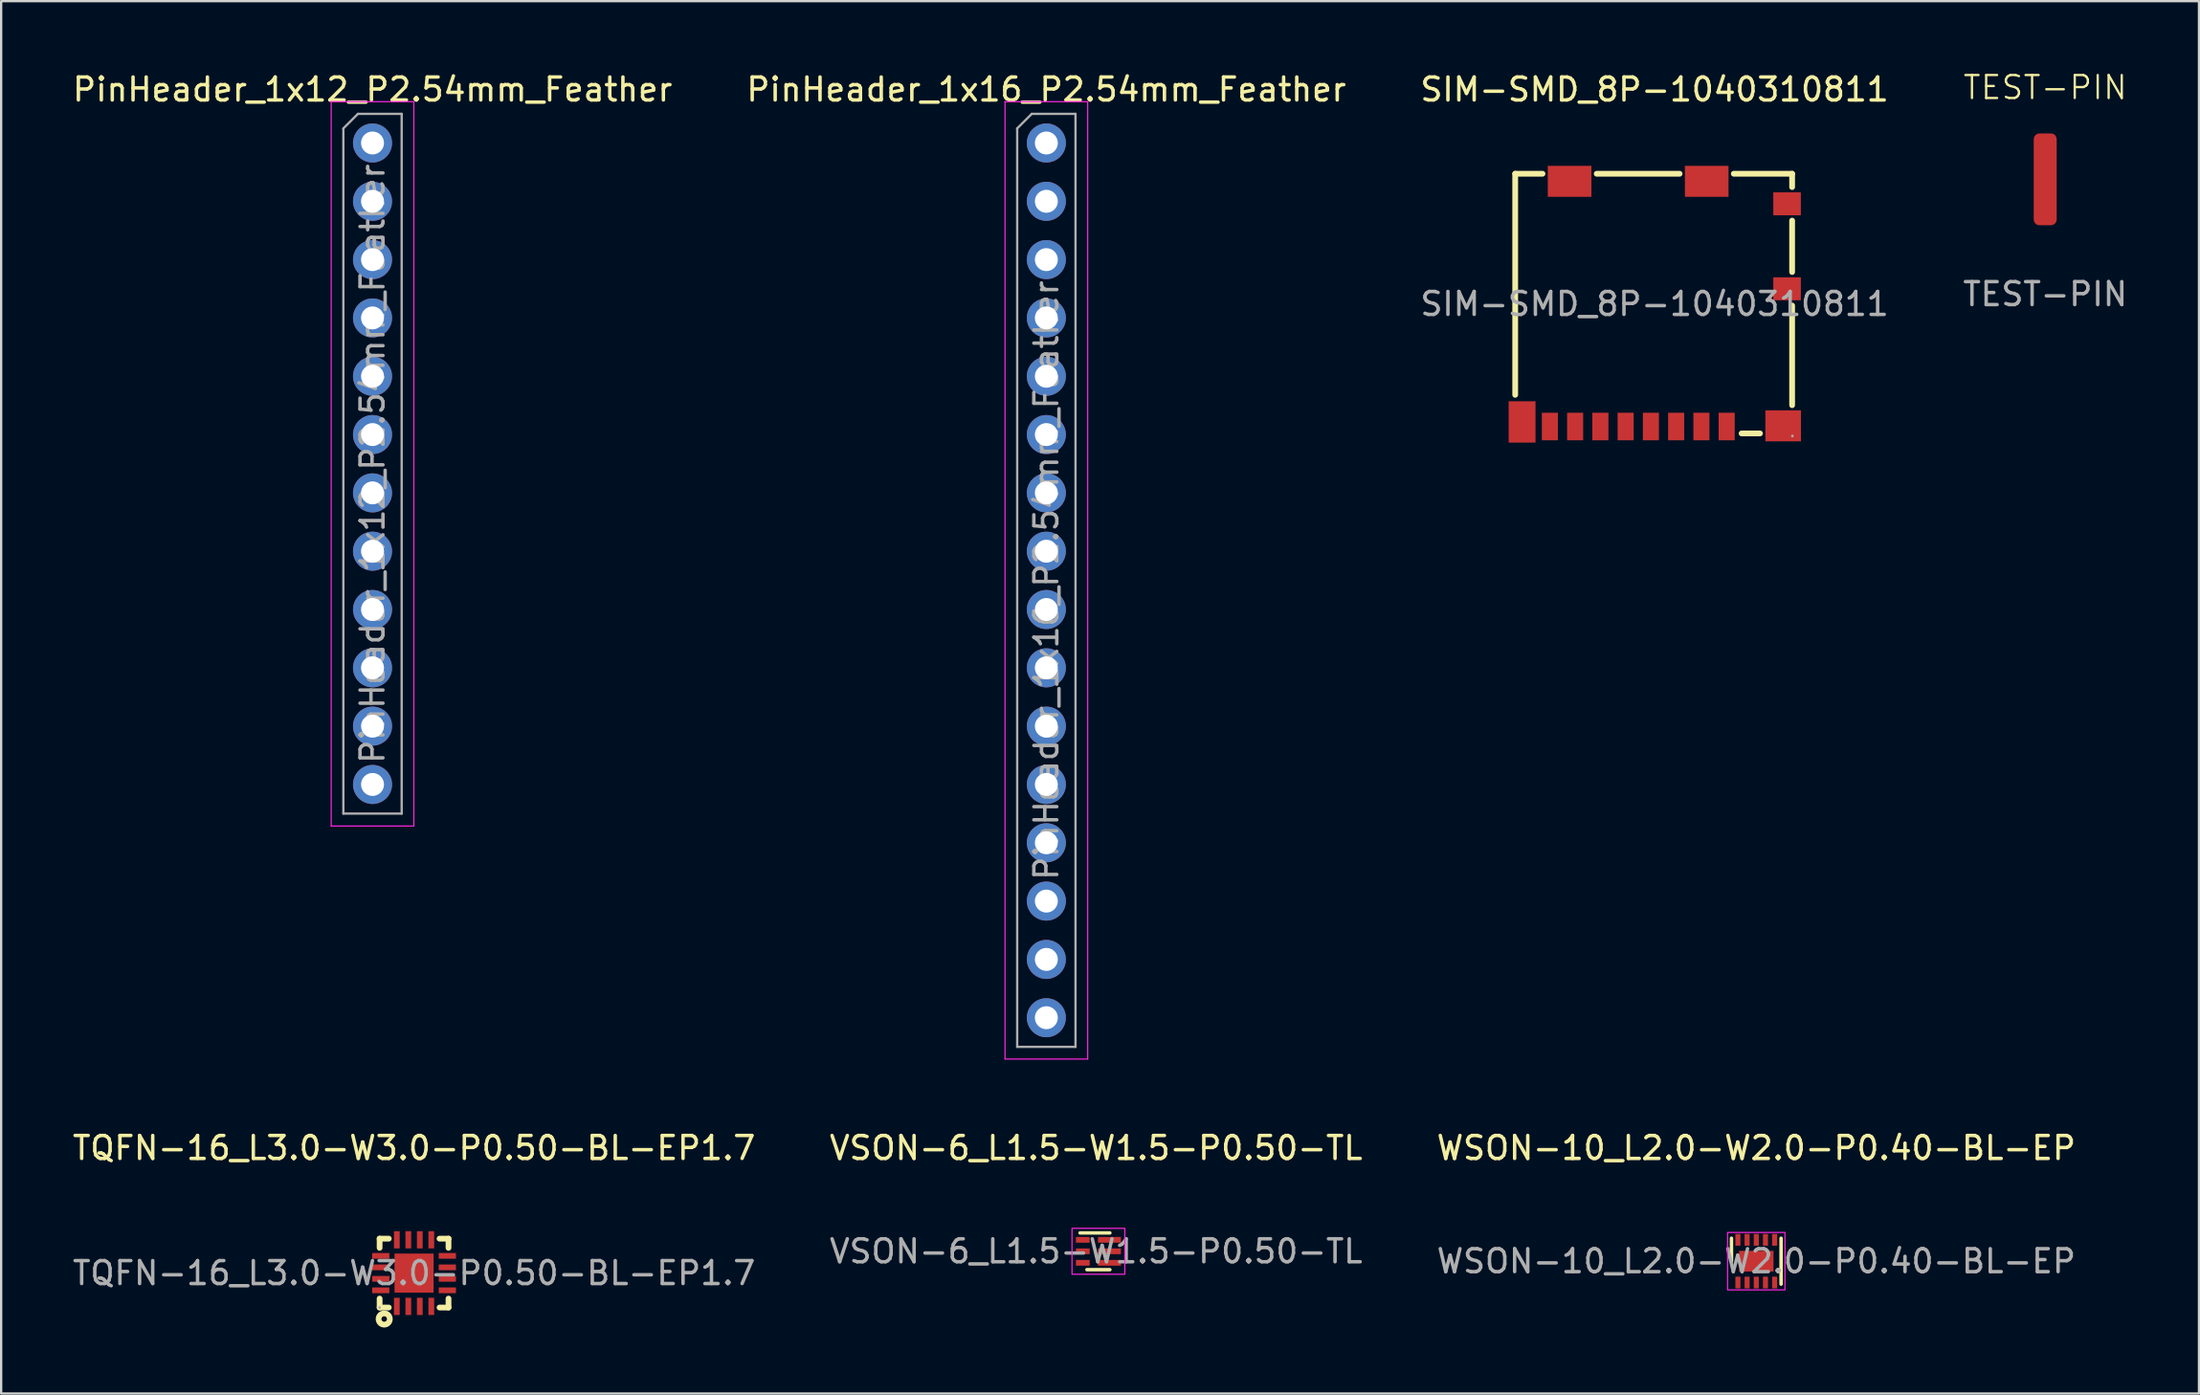
<source format=kicad_pcb>
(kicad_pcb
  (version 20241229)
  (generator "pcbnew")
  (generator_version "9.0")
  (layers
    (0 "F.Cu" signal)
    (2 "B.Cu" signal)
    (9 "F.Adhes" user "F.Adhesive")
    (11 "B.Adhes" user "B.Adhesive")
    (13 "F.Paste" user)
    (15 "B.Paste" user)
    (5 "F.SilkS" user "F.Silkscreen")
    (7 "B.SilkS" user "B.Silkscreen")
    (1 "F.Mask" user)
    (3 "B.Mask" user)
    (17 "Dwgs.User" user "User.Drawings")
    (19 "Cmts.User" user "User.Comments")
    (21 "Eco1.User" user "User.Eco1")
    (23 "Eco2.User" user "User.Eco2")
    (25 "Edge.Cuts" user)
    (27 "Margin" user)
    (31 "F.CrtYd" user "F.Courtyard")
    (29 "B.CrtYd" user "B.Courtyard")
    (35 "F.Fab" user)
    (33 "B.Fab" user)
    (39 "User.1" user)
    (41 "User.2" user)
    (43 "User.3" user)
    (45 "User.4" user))
  (footprint "SIM-SMD_8P-1040310811"
    (layer "F.Cu")
    (at 69.006 10.188)
    (property "Reference" "SIM-SMD_8P-1040310811" (at 0 -9.34 0) (layer "F.SilkS") (effects (font (size 1 1) (thickness 0.15))))
    (attr smd)
    (fp_line (start -6.07 -5.67) (end -4.88 -5.67) (stroke (width 0.25) (type solid)) (layer "F.SilkS"))
    (fp_line (start -6.07 3.96) (end -6.07 -5.67) (stroke (width 0.25) (type solid)) (layer "F.SilkS"))
    (fp_line (start -2.52 -5.67) (end 1.09 -5.67) (stroke (width 0.25) (type solid)) (layer "F.SilkS"))
    (fp_line (start 3.45 -5.67) (end 5.99 -5.67) (stroke (width 0.25) (type solid)) (layer "F.SilkS"))
    (fp_line (start 3.79 5.64) (end 4.59 5.64) (stroke (width 0.25) (type solid)) (layer "F.SilkS"))
    (fp_line (start 5.99 -5.67) (end 5.99 -5.09) (stroke (width 0.25) (type solid)) (layer "F.SilkS"))
    (fp_line (start 5.99 -3.63) (end 5.99 -1.39) (stroke (width 0.25) (type solid)) (layer "F.SilkS"))
    (fp_line (start 5.99 0.07) (end 5.99 4.41) (stroke (width 0.25) (type solid)) (layer "F.SilkS"))
    (fp_circle (center 6 5.75) (end 6.03 5.75) (stroke (width 0.06) (type solid)) (fill no) (layer "F.Fab"))
    (fp_text user "${REFERENCE}" (at 0 0 0) (layer "F.Fab") (effects (font (size 1 1) (thickness 0.15))))
    (pad "1" smd rect (at 3.14 5.34) (size 0.7 1.2) (layers "F.Cu" "F.Mask" "F.Paste"))
    (pad "2" smd rect (at 2.04 5.34) (size 0.7 1.2) (layers "F.Cu" "F.Mask" "F.Paste"))
    (pad "3" smd rect (at 0.94 5.34) (size 0.7 1.2) (layers "F.Cu" "F.Mask" "F.Paste"))
    (pad "4" smd rect (at -0.16 5.34) (size 0.7 1.2) (layers "F.Cu" "F.Mask" "F.Paste"))
    (pad "5" smd rect (at -1.26 5.34) (size 0.7 1.2) (layers "F.Cu" "F.Mask" "F.Paste"))
    (pad "6" smd rect (at -2.36 5.34) (size 0.7 1.2) (layers "F.Cu" "F.Mask" "F.Paste"))
    (pad "7" smd rect (at -3.46 5.34) (size 0.7 1.2) (layers "F.Cu" "F.Mask" "F.Paste"))
    (pad "8" smd rect (at -4.56 5.34) (size 0.7 1.2) (layers "F.Cu" "F.Mask" "F.Paste"))
    (pad "9" smd rect (at -5.77 5.14) (size 1.17 1.8) (layers "F.Cu" "F.Mask" "F.Paste"))
    (pad "10" smd rect (at 5.6 5.31) (size 1.55 1.35) (layers "F.Cu" "F.Mask" "F.Paste"))
    (pad "11" smd rect (at 5.77 -0.66) (size 1.2 1) (layers "F.Cu" "F.Mask" "F.Paste"))
    (pad "12" smd rect (at 5.77 -4.36) (size 1.2 1) (layers "F.Cu" "F.Mask" "F.Paste"))
    (pad "13" smd rect (at 2.27 -5.34) (size 1.9 1.35) (layers "F.Cu" "F.Mask" "F.Paste"))
    (pad "14" smd rect (at -3.7 -5.34) (size 1.9 1.35) (layers "F.Cu" "F.Mask" "F.Paste")))
  (footprint "VSON-6_L1.5-W1.5-P0.50-TL"
    (layer "F.Cu")
    (at 44.685 51.452)
    (property "Reference" "VSON-6_L1.5-W1.5-P0.50-TL" (at 0 -4.5 0) (layer "F.SilkS") (effects (font (size 1 1) (thickness 0.15))))
    (attr smd)
    (fp_line (start -0.7 -0.8) (end 0.6 -0.8) (stroke (width 0.15) (type solid)) (layer "F.SilkS"))
    (fp_line (start -0.4 0.8) (end 0.6 0.8) (stroke (width 0.15) (type solid)) (layer "F.SilkS"))
    (fp_rect (start -1.05 -1) (end 1.25 1) (stroke (width 0.05) (type default)) (fill no) (layer "F.CrtYd"))
    (fp_text user "${REFERENCE}" (at 0 0 0) (layer "F.Fab") (effects (font (size 1 1) (thickness 0.15))))
    (pad "1" smd rect (at -0.58 -0.5 90) (size 0.25 0.6) (layers "F.Cu" "F.Mask" "F.Paste"))
    (pad "2" smd rect (at -0.58 0 90) (size 0.25 0.6) (layers "F.Cu" "F.Mask" "F.Paste"))
    (pad "3" smd rect (at -0.58 0.5 90) (size 0.25 0.6) (layers "F.Cu" "F.Mask" "F.Paste"))
    (pad "4" smd rect (at 0.58 0.5 90) (size 0.25 1) (layers "F.Cu" "F.Mask" "F.Paste"))
    (pad "5" smd rect (at 0.58 0 90) (size 0.25 1) (layers "F.Cu" "F.Mask" "F.Paste"))
    (pad "6" smd rect (at 0.58 -0.5 90) (size 0.25 1) (layers "F.Cu" "F.Mask" "F.Paste")))
  (footprint "WSON-10_L2.0-W2.0-P0.40-BL-EP"
    (layer "F.Cu")
    (at 73.435 51.882)
    (property "Reference" "WSON-10_L2.0-W2.0-P0.40-BL-EP" (at 0 -4.93 0) (layer "F.SilkS") (effects (font (size 1 1) (thickness 0.15))))
    (attr smd)
    (fp_line (start -1.08 0) (end -1.08 -1) (stroke (width 0.15) (type solid)) (layer "F.SilkS"))
    (fp_line (start 1.08 -1) (end 1.08 1) (stroke (width 0.15) (type solid)) (layer "F.SilkS"))
    (fp_rect (start -1.25 -1.25) (end 1.25 1.25) (stroke (width 0.05) (type default)) (fill no) (layer "F.CrtYd"))
    (fp_text user "${REFERENCE}" (at 0 0 0) (layer "F.Fab") (effects (font (size 1 1) (thickness 0.15))))
    (pad "1" smd rect (at -0.8 0.93) (size 0.22 0.51) (layers "F.Cu" "F.Mask" "F.Paste"))
    (pad "2" smd rect (at -0.4 0.93) (size 0.22 0.51) (layers "F.Cu" "F.Mask" "F.Paste"))
    (pad "3" smd rect (at 0 0.93) (size 0.22 0.51) (layers "F.Cu" "F.Mask" "F.Paste"))
    (pad "4" smd rect (at 0.4 0.93) (size 0.22 0.51) (layers "F.Cu" "F.Mask" "F.Paste"))
    (pad "5" smd rect (at 0.8 0.93) (size 0.22 0.51) (layers "F.Cu" "F.Mask" "F.Paste"))
    (pad "6" smd rect (at 0.8 -0.93) (size 0.22 0.51) (layers "F.Cu" "F.Mask" "F.Paste"))
    (pad "7" smd rect (at 0.4 -0.93) (size 0.22 0.51) (layers "F.Cu" "F.Mask" "F.Paste"))
    (pad "8" smd rect (at 0 -0.93) (size 0.22 0.51) (layers "F.Cu" "F.Mask" "F.Paste"))
    (pad "9" smd rect (at -0.4 -0.93) (size 0.22 0.51) (layers "F.Cu" "F.Mask" "F.Paste"))
    (pad "10" smd rect (at -0.8 -0.93) (size 0.22 0.51) (layers "F.Cu" "F.Mask" "F.Paste"))
    (pad "11" smd rect (at 0 0) (size 1.5 0.9) (layers "F.Cu" "F.Mask" "F.Paste")))
  (footprint "PinHeader_1x12_P2.54mm_Feather"
    (layer "F.Cu")
    (at 13.173 3.178)
    (property "Reference" "PinHeader_1x12_P2.54mm_Feather" (at 0 -2.33 0) (layer "F.SilkS") (effects (font (size 1 1) (thickness 0.15))))
    (attr through_hole)
    (fp_line (start -1.8 -1.8) (end -1.8 29.75) (stroke (width 0.05) (type solid)) (layer "F.CrtYd"))
    (fp_line (start -1.8 29.75) (end 1.8 29.75) (stroke (width 0.05) (type solid)) (layer "F.CrtYd"))
    (fp_line (start 1.8 -1.8) (end -1.8 -1.8) (stroke (width 0.05) (type solid)) (layer "F.CrtYd"))
    (fp_line (start 1.8 29.75) (end 1.8 -1.8) (stroke (width 0.05) (type solid)) (layer "F.CrtYd"))
    (fp_line (start -1.27 -0.635) (end -0.635 -1.27) (stroke (width 0.1) (type solid)) (layer "F.Fab"))
    (fp_line (start -1.27 29.21) (end -1.27 -0.635) (stroke (width 0.1) (type solid)) (layer "F.Fab"))
    (fp_line (start -0.635 -1.27) (end 1.27 -1.27) (stroke (width 0.1) (type solid)) (layer "F.Fab"))
    (fp_line (start 1.27 -1.27) (end 1.27 29.21) (stroke (width 0.1) (type solid)) (layer "F.Fab"))
    (fp_line (start 1.27 29.21) (end -1.27 29.21) (stroke (width 0.1) (type solid)) (layer "F.Fab"))
    (fp_text user "${REFERENCE}" (at 0 13.97 90) (layer "F.Fab") (effects (font (size 1 1) (thickness 0.15))))
    (pad "1" thru_hole oval (at 0 0) (size 1.7 1.7) (drill 1) (layers "*.Cu" "*.Mask"))
    (pad "2" thru_hole oval (at 0 2.54) (size 1.7 1.7) (drill 1) (layers "*.Cu" "*.Mask"))
    (pad "3" thru_hole oval (at 0 5.08) (size 1.7 1.7) (drill 1) (layers "*.Cu" "*.Mask"))
    (pad "4" thru_hole oval (at 0 7.62) (size 1.7 1.7) (drill 1) (layers "*.Cu" "*.Mask"))
    (pad "5" thru_hole oval (at 0 10.16) (size 1.7 1.7) (drill 1) (layers "*.Cu" "*.Mask"))
    (pad "6" thru_hole oval (at 0 12.7) (size 1.7 1.7) (drill 1) (layers "*.Cu" "*.Mask"))
    (pad "7" thru_hole oval (at 0 15.24) (size 1.7 1.7) (drill 1) (layers "*.Cu" "*.Mask"))
    (pad "8" thru_hole oval (at 0 17.78) (size 1.7 1.7) (drill 1) (layers "*.Cu" "*.Mask"))
    (pad "9" thru_hole oval (at 0 20.32) (size 1.7 1.7) (drill 1) (layers "*.Cu" "*.Mask"))
    (pad "10" thru_hole oval (at 0 22.86) (size 1.7 1.7) (drill 1) (layers "*.Cu" "*.Mask"))
    (pad "11" thru_hole oval (at 0 25.4) (size 1.7 1.7) (drill 1) (layers "*.Cu" "*.Mask"))
    (pad "12" thru_hole oval (at 0 27.94) (size 1.7 1.7) (drill 1) (layers "*.Cu" "*.Mask")))
  (footprint "TEST-PIN"
    (layer "F.Cu")
    (at 86.018 4.761)
    (property "Reference" "TEST-PIN" (at 0 -4 0) (unlocked yes) (layer "F.SilkS") (effects (font (size 1 1) (thickness 0.1))))
    (attr smd)
    (fp_text user "${REFERENCE}" (at 0 5 0) (unlocked yes) (layer "F.Fab") (effects (font (size 1 1) (thickness 0.15))))
    (pad "1" smd roundrect (at 0 0) (size 1 4) (layers "F.Cu" "F.Mask" "F.Paste") (roundrect_rratio 0.25)))
  (footprint "TQFN-16_L3.0-W3.0-P0.50-BL-EP1.7"
    (layer "F.Cu")
    (at 14.982 52.401)
    (property "Reference" "TQFN-16_L3.0-W3.0-P0.50-BL-EP1.7" (at 0 -5.45 0) (layer "F.SilkS") (effects (font (size 1 1) (thickness 0.15))))
    (attr smd)
    (fp_line (start -1.5 -1.5) (end -1.5 -1.1) (stroke (width 0.25) (type solid)) (layer "F.SilkS"))
    (fp_line (start -1.5 -1.5) (end -1.1 -1.5) (stroke (width 0.25) (type solid)) (layer "F.SilkS"))
    (fp_line (start -1.5 1.11) (end -1.5 1.5) (stroke (width 0.25) (type solid)) (layer "F.SilkS"))
    (fp_line (start -1.5 1.5) (end -1.1 1.5) (stroke (width 0.25) (type solid)) (layer "F.SilkS"))
    (fp_line (start 1.11 -1.5) (end 1.5 -1.5) (stroke (width 0.25) (type solid)) (layer "F.SilkS"))
    (fp_line (start 1.11 1.5) (end 1.5 1.5) (stroke (width 0.25) (type solid)) (layer "F.SilkS"))
    (fp_line (start 1.5 -1.1) (end 1.5 -1.5) (stroke (width 0.25) (type solid)) (layer "F.SilkS"))
    (fp_line (start 1.5 1.5) (end 1.5 1.11) (stroke (width 0.25) (type solid)) (layer "F.SilkS"))
    (fp_circle (center -1.3 2) (end -1.18 2) (stroke (width 0.25) (type solid)) (fill no) (layer "F.SilkS"))
    (fp_circle (center -1.5 1.5) (end -1.47 1.5) (stroke (width 0.06) (type solid)) (fill no) (layer "F.Fab"))
    (fp_text user "${REFERENCE}" (at 0 0 0) (layer "F.Fab") (effects (font (size 1 1) (thickness 0.15))))
    (pad "1" smd rect (at -0.75 1.45) (size 0.25 0.75) (layers "F.Cu" "F.Mask" "F.Paste"))
    (pad "2" smd rect (at -0.25 1.45) (size 0.25 0.75) (layers "F.Cu" "F.Mask" "F.Paste"))
    (pad "3" smd rect (at 0.25 1.45) (size 0.25 0.75) (layers "F.Cu" "F.Mask" "F.Paste"))
    (pad "4" smd rect (at 0.75 1.45) (size 0.25 0.75) (layers "F.Cu" "F.Mask" "F.Paste"))
    (pad "5" smd rect (at 1.45 0.75) (size 0.75 0.25) (layers "F.Cu" "F.Mask" "F.Paste"))
    (pad "6" smd rect (at 1.45 0.25) (size 0.75 0.25) (layers "F.Cu" "F.Mask" "F.Paste"))
    (pad "7" smd rect (at 1.45 -0.25) (size 0.75 0.25) (layers "F.Cu" "F.Mask" "F.Paste"))
    (pad "8" smd rect (at 1.45 -0.75) (size 0.75 0.25) (layers "F.Cu" "F.Mask" "F.Paste"))
    (pad "9" smd rect (at 0.75 -1.45) (size 0.25 0.75) (layers "F.Cu" "F.Mask" "F.Paste"))
    (pad "10" smd rect (at 0.25 -1.45) (size 0.25 0.75) (layers "F.Cu" "F.Mask" "F.Paste"))
    (pad "11" smd rect (at -0.25 -1.45) (size 0.25 0.75) (layers "F.Cu" "F.Mask" "F.Paste"))
    (pad "12" smd rect (at -0.75 -1.45) (size 0.25 0.75) (layers "F.Cu" "F.Mask" "F.Paste"))
    (pad "13" smd rect (at -1.45 -0.75) (size 0.75 0.25) (layers "F.Cu" "F.Mask" "F.Paste"))
    (pad "14" smd rect (at -1.45 -0.25) (size 0.75 0.25) (layers "F.Cu" "F.Mask" "F.Paste"))
    (pad "15" smd rect (at -1.45 0.25) (size 0.75 0.25) (layers "F.Cu" "F.Mask" "F.Paste"))
    (pad "16" smd rect (at -1.45 0.75) (size 0.75 0.25) (layers "F.Cu" "F.Mask" "F.Paste"))
    (pad "17" smd rect (at 0 0) (size 1.7 1.7) (layers "F.Cu" "F.Mask" "F.Paste")))
  (footprint "PinHeader_1x16_P2.54mm_Feather"
    (layer "F.Cu")
    (at 42.518 3.178)
    (property "Reference" "PinHeader_1x16_P2.54mm_Feather" (at 0 -2.33 0) (layer "F.SilkS") (effects (font (size 1 1) (thickness 0.15))))
    (attr through_hole)
    (fp_line (start -1.8 -1.8) (end -1.8 39.9) (stroke (width 0.05) (type solid)) (layer "F.CrtYd"))
    (fp_line (start -1.8 39.9) (end 1.8 39.9) (stroke (width 0.05) (type solid)) (layer "F.CrtYd"))
    (fp_line (start 1.8 -1.8) (end -1.8 -1.8) (stroke (width 0.05) (type solid)) (layer "F.CrtYd"))
    (fp_line (start 1.8 39.9) (end 1.8 -1.8) (stroke (width 0.05) (type solid)) (layer "F.CrtYd"))
    (fp_line (start -1.27 -0.635) (end -0.635 -1.27) (stroke (width 0.1) (type solid)) (layer "F.Fab"))
    (fp_line (start -1.27 39.37) (end -1.27 -0.635) (stroke (width 0.1) (type solid)) (layer "F.Fab"))
    (fp_line (start -0.635 -1.27) (end 1.27 -1.27) (stroke (width 0.1) (type solid)) (layer "F.Fab"))
    (fp_line (start 1.27 -1.27) (end 1.27 39.37) (stroke (width 0.1) (type solid)) (layer "F.Fab"))
    (fp_line (start 1.27 39.37) (end -1.27 39.37) (stroke (width 0.1) (type solid)) (layer "F.Fab"))
    (fp_text user "${REFERENCE}" (at 0 19.05 90) (layer "F.Fab") (effects (font (size 1 1) (thickness 0.15))))
    (pad "1" thru_hole oval (at 0 0) (size 1.7 1.7) (drill 1) (layers "*.Cu" "*.Mask"))
    (pad "2" thru_hole oval (at 0 2.54) (size 1.7 1.7) (drill 1) (layers "*.Cu" "*.Mask"))
    (pad "3" thru_hole oval (at 0 5.08) (size 1.7 1.7) (drill 1) (layers "*.Cu" "*.Mask"))
    (pad "4" thru_hole oval (at 0 7.62) (size 1.7 1.7) (drill 1) (layers "*.Cu" "*.Mask"))
    (pad "5" thru_hole oval (at 0 10.16) (size 1.7 1.7) (drill 1) (layers "*.Cu" "*.Mask"))
    (pad "6" thru_hole oval (at 0 12.7) (size 1.7 1.7) (drill 1) (layers "*.Cu" "*.Mask"))
    (pad "7" thru_hole oval (at 0 15.24) (size 1.7 1.7) (drill 1) (layers "*.Cu" "*.Mask"))
    (pad "8" thru_hole oval (at 0 17.78) (size 1.7 1.7) (drill 1) (layers "*.Cu" "*.Mask"))
    (pad "9" thru_hole oval (at 0 20.32) (size 1.7 1.7) (drill 1) (layers "*.Cu" "*.Mask"))
    (pad "10" thru_hole oval (at 0 22.86) (size 1.7 1.7) (drill 1) (layers "*.Cu" "*.Mask"))
    (pad "11" thru_hole oval (at 0 25.4) (size 1.7 1.7) (drill 1) (layers "*.Cu" "*.Mask"))
    (pad "12" thru_hole oval (at 0 27.94) (size 1.7 1.7) (drill 1) (layers "*.Cu" "*.Mask"))
    (pad "13" thru_hole oval (at 0 30.48) (size 1.7 1.7) (drill 1) (layers "*.Cu" "*.Mask"))
    (pad "14" thru_hole oval (at 0 33.02) (size 1.7 1.7) (drill 1) (layers "*.Cu" "*.Mask"))
    (pad "15" thru_hole oval (at 0 35.56) (size 1.7 1.7) (drill 1) (layers "*.Cu" "*.Mask"))
    (pad "16" thru_hole oval (at 0 38.1) (size 1.7 1.7) (drill 1) (layers "*.Cu" "*.Mask")))
  (gr_rect
    (start -3 -3)
    (end 92.714 57.647)
    (stroke (width 0.1) (type default))
    (fill no)
    (layer "Edge.Cuts")))
</source>
